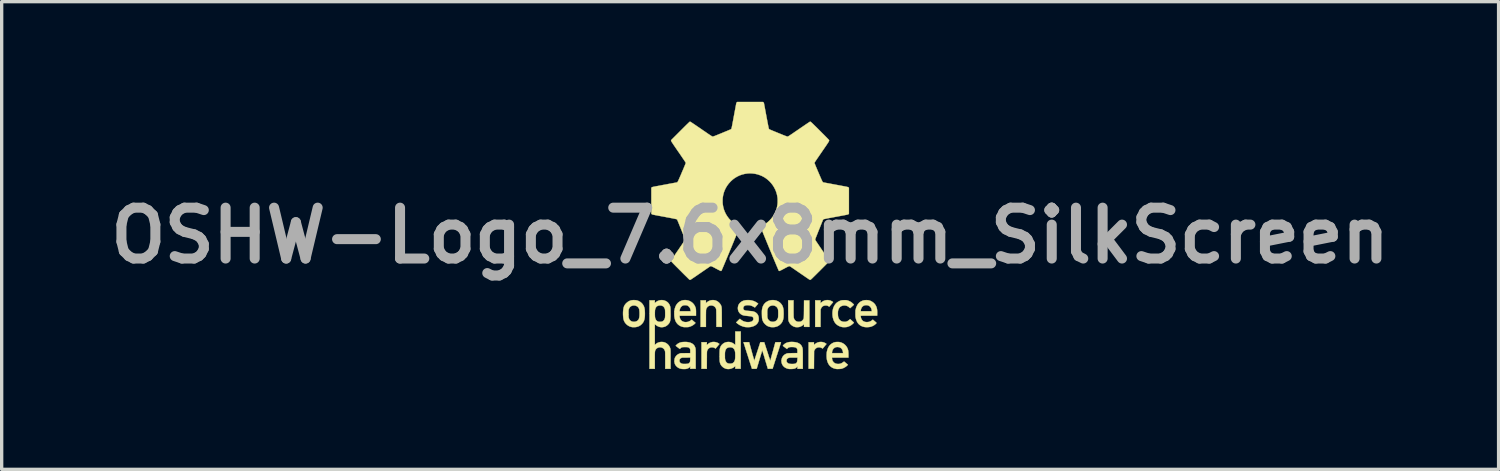
<source format=kicad_pcb>
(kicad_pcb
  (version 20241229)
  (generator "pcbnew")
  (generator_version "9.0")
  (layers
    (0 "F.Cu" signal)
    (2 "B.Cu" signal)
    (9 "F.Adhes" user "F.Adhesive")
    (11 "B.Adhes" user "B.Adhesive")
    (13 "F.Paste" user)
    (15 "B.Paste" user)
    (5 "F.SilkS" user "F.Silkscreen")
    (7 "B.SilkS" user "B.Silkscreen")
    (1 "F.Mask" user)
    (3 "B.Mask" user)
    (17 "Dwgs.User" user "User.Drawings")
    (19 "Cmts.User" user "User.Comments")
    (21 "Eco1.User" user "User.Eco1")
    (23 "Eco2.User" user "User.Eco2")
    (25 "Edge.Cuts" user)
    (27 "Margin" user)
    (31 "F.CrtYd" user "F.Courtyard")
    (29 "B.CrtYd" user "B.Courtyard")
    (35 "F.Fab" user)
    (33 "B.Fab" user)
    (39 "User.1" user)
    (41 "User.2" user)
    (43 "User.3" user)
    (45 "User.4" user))
  (footprint "OSHW-Logo_7.6x8mm_SilkScreen"
    (layer "F.Cu")
    (at 19.42 4.005)
    (property "Reference" "OSHW-Logo_7.6x8mm_SilkScreen" (at 0 0 0) (layer "F.Fab") (effects (font (size 1.524 1.524) (thickness 0.3))))
    (attr through_hole)
    (fp_poly (pts (xy 2.374 1.94) (xy 2.414 1.952) (xy 2.436 1.963) (xy 2.451 1.971) (xy 2.465 1.979) (xy 2.474 1.985) (xy 2.474 1.986) (xy 2.486 1.995) (xy 2.478 2.004) (xy 2.473 2.01) (xy 2.464 2.021) (xy 2.452 2.035) (xy 2.438 2.053) (xy 2.422 2.071) (xy 2.42 2.073) (xy 2.37 2.133) (xy 2.358 2.125) (xy 2.335 2.111) (xy 2.315 2.102) (xy 2.293 2.097) (xy 2.269 2.096) (xy 2.265 2.096) (xy 2.229 2.099) (xy 2.197 2.108) (xy 2.17 2.124) (xy 2.148 2.145) (xy 2.13 2.173) (xy 2.12 2.195) (xy 2.111 2.22) (xy 2.109 2.738) (xy 1.949 2.738) (xy 1.949 1.941) (xy 2.109 1.941) (xy 2.109 2.028) (xy 2.136 2.002) (xy 2.17 1.976) (xy 2.207 1.956) (xy 2.247 1.942) (xy 2.289 1.935) (xy 2.332 1.934) (xy 2.374 1.94)) (stroke (width 0.01) (type solid)) (fill yes) (layer "F.SilkS"))
    (fp_poly (pts (xy -1.031 3.194) (xy -0.99 3.207) (xy -0.969 3.216) (xy -0.955 3.225) (xy -0.941 3.233) (xy -0.932 3.239) (xy -0.932 3.239) (xy -0.92 3.249) (xy -0.978 3.318) (xy -1.036 3.387) (xy -1.048 3.378) (xy -1.071 3.364) (xy -1.092 3.356) (xy -1.114 3.351) (xy -1.139 3.349) (xy -1.139 3.349) (xy -1.164 3.35) (xy -1.184 3.353) (xy -1.202 3.359) (xy -1.221 3.369) (xy -1.226 3.372) (xy -1.25 3.39) (xy -1.269 3.414) (xy -1.284 3.443) (xy -1.286 3.449) (xy -1.288 3.454) (xy -1.289 3.459) (xy -1.29 3.465) (xy -1.292 3.472) (xy -1.292 3.48) (xy -1.293 3.491) (xy -1.294 3.505) (xy -1.294 3.523) (xy -1.295 3.545) (xy -1.295 3.572) (xy -1.295 3.604) (xy -1.295 3.642) (xy -1.296 3.687) (xy -1.296 3.733) (xy -1.297 3.992) (xy -1.457 3.992) (xy -1.457 3.195) (xy -1.297 3.195) (xy -1.297 3.282) (xy -1.27 3.256) (xy -1.236 3.23) (xy -1.199 3.21) (xy -1.158 3.196) (xy -1.116 3.188) (xy -1.074 3.188) (xy -1.031 3.194)) (stroke (width 0.01) (type solid)) (fill yes) (layer "F.SilkS"))
    (fp_poly (pts (xy 2.174 3.193) (xy 2.215 3.205) (xy 2.253 3.224) (xy 2.27 3.235) (xy 2.288 3.248) (xy 2.239 3.306) (xy 2.223 3.325) (xy 2.209 3.343) (xy 2.196 3.358) (xy 2.187 3.369) (xy 2.181 3.375) (xy 2.181 3.376) (xy 2.172 3.386) (xy 2.15 3.372) (xy 2.117 3.357) (xy 2.083 3.349) (xy 2.049 3.349) (xy 2.014 3.356) (xy 2.006 3.359) (xy 1.983 3.371) (xy 1.961 3.389) (xy 1.942 3.41) (xy 1.928 3.433) (xy 1.925 3.439) (xy 1.916 3.463) (xy 1.914 3.726) (xy 1.912 3.99) (xy 1.833 3.991) (xy 1.805 3.991) (xy 1.783 3.991) (xy 1.768 3.991) (xy 1.758 3.99) (xy 1.753 3.988) (xy 1.752 3.987) (xy 1.751 3.982) (xy 1.751 3.971) (xy 1.751 3.952) (xy 1.751 3.927) (xy 1.751 3.897) (xy 1.751 3.861) (xy 1.751 3.821) (xy 1.751 3.777) (xy 1.751 3.729) (xy 1.751 3.678) (xy 1.751 3.624) (xy 1.751 3.59) (xy 1.752 3.197) (xy 1.912 3.197) (xy 1.913 3.238) (xy 1.914 3.279) (xy 1.94 3.255) (xy 1.973 3.229) (xy 2.009 3.209) (xy 2.049 3.196) (xy 2.09 3.189) (xy 2.132 3.188) (xy 2.174 3.193)) (stroke (width 0.01) (type solid)) (fill yes) (layer "F.SilkS"))
    (fp_poly (pts (xy 1.301 2.184) (xy 1.301 2.235) (xy 1.301 2.281) (xy 1.301 2.323) (xy 1.302 2.361) (xy 1.302 2.392) (xy 1.303 2.418) (xy 1.304 2.438) (xy 1.304 2.45) (xy 1.305 2.453) (xy 1.313 2.485) (xy 1.328 2.515) (xy 1.348 2.541) (xy 1.372 2.561) (xy 1.397 2.574) (xy 1.42 2.581) (xy 1.447 2.584) (xy 1.476 2.583) (xy 1.502 2.58) (xy 1.52 2.575) (xy 1.547 2.56) (xy 1.571 2.539) (xy 1.591 2.512) (xy 1.606 2.481) (xy 1.607 2.479) (xy 1.608 2.473) (xy 1.608 2.461) (xy 1.609 2.443) (xy 1.61 2.418) (xy 1.611 2.387) (xy 1.612 2.348) (xy 1.612 2.303) (xy 1.613 2.25) (xy 1.613 2.205) (xy 1.615 1.943) (xy 1.775 1.943) (xy 1.776 2.341) (xy 1.777 2.738) (xy 1.615 2.736) (xy 1.614 2.696) (xy 1.613 2.656) (xy 1.587 2.679) (xy 1.559 2.701) (xy 1.526 2.72) (xy 1.492 2.734) (xy 1.471 2.74) (xy 1.447 2.743) (xy 1.42 2.745) (xy 1.391 2.745) (xy 1.365 2.743) (xy 1.346 2.74) (xy 1.305 2.726) (xy 1.266 2.705) (xy 1.231 2.678) (xy 1.2 2.647) (xy 1.176 2.611) (xy 1.17 2.599) (xy 1.165 2.59) (xy 1.161 2.581) (xy 1.157 2.572) (xy 1.154 2.564) (xy 1.151 2.555) (xy 1.149 2.545) (xy 1.147 2.532) (xy 1.146 2.518) (xy 1.145 2.5) (xy 1.144 2.479) (xy 1.143 2.453) (xy 1.143 2.423) (xy 1.142 2.387) (xy 1.142 2.345) (xy 1.142 2.297) (xy 1.141 2.242) (xy 1.141 2.233) (xy 1.14 1.941) (xy 1.301 1.941) (xy 1.301 2.184)) (stroke (width 0.01) (type solid)) (fill yes) (layer "F.SilkS"))
    (fp_poly (pts (xy -1.057 1.94) (xy -1.019 1.952) (xy -0.982 1.97) (xy -0.947 1.995) (xy -0.916 2.025) (xy -0.891 2.058) (xy -0.879 2.08) (xy -0.873 2.09) (xy -0.869 2.1) (xy -0.865 2.109) (xy -0.862 2.118) (xy -0.859 2.128) (xy -0.857 2.139) (xy -0.855 2.152) (xy -0.853 2.167) (xy -0.852 2.185) (xy -0.851 2.207) (xy -0.85 2.233) (xy -0.85 2.264) (xy -0.849 2.3) (xy -0.849 2.343) (xy -0.849 2.392) (xy -0.849 2.448) (xy -0.849 2.45) (xy -0.847 2.738) (xy -0.928 2.737) (xy -1.01 2.736) (xy -1.012 2.474) (xy -1.012 2.422) (xy -1.012 2.376) (xy -1.013 2.337) (xy -1.013 2.305) (xy -1.014 2.277) (xy -1.014 2.254) (xy -1.015 2.236) (xy -1.016 2.221) (xy -1.018 2.209) (xy -1.02 2.199) (xy -1.022 2.191) (xy -1.025 2.184) (xy -1.028 2.177) (xy -1.032 2.171) (xy -1.036 2.163) (xy -1.037 2.162) (xy -1.055 2.139) (xy -1.078 2.12) (xy -1.105 2.106) (xy -1.136 2.097) (xy -1.168 2.094) (xy -1.182 2.095) (xy -1.214 2.101) (xy -1.241 2.112) (xy -1.265 2.128) (xy -1.276 2.138) (xy -1.294 2.16) (xy -1.308 2.184) (xy -1.317 2.212) (xy -1.321 2.23) (xy -1.321 2.238) (xy -1.322 2.253) (xy -1.322 2.274) (xy -1.323 2.3) (xy -1.323 2.332) (xy -1.324 2.368) (xy -1.324 2.407) (xy -1.324 2.448) (xy -1.324 2.491) (xy -1.324 2.495) (xy -1.324 2.738) (xy -1.484 2.738) (xy -1.484 1.941) (xy -1.324 1.941) (xy -1.324 2.028) (xy -1.297 2.003) (xy -1.263 1.976) (xy -1.226 1.956) (xy -1.185 1.942) (xy -1.143 1.935) (xy -1.1 1.934) (xy -1.057 1.94)) (stroke (width 0.01) (type solid)) (fill yes) (layer "F.SilkS"))
    (fp_poly (pts (xy 2.849 1.936) (xy 2.868 1.936) (xy 2.882 1.937) (xy 2.895 1.939) (xy 2.906 1.942) (xy 2.919 1.945) (xy 2.923 1.946) (xy 2.973 1.966) (xy 3.021 1.991) (xy 3.027 1.995) (xy 3.038 2.004) (xy 3.052 2.015) (xy 3.066 2.027) (xy 3.08 2.04) (xy 3.093 2.052) (xy 3.102 2.062) (xy 3.108 2.069) (xy 3.109 2.072) (xy 3.106 2.075) (xy 3.098 2.084) (xy 3.086 2.095) (xy 3.071 2.109) (xy 3.053 2.125) (xy 3.052 2.126) (xy 2.996 2.176) (xy 2.97 2.153) (xy 2.937 2.127) (xy 2.901 2.109) (xy 2.863 2.098) (xy 2.824 2.094) (xy 2.784 2.098) (xy 2.758 2.105) (xy 2.724 2.119) (xy 2.695 2.139) (xy 2.672 2.165) (xy 2.653 2.198) (xy 2.639 2.236) (xy 2.634 2.257) (xy 2.631 2.277) (xy 2.63 2.303) (xy 2.629 2.331) (xy 2.63 2.36) (xy 2.631 2.389) (xy 2.633 2.415) (xy 2.637 2.436) (xy 2.638 2.443) (xy 2.653 2.482) (xy 2.672 2.514) (xy 2.696 2.541) (xy 2.725 2.561) (xy 2.759 2.575) (xy 2.776 2.58) (xy 2.818 2.585) (xy 2.858 2.584) (xy 2.895 2.574) (xy 2.93 2.557) (xy 2.963 2.533) (xy 2.968 2.528) (xy 2.995 2.504) (xy 3.052 2.555) (xy 3.07 2.571) (xy 3.085 2.585) (xy 3.097 2.597) (xy 3.106 2.605) (xy 3.109 2.609) (xy 3.109 2.609) (xy 3.106 2.614) (xy 3.099 2.622) (xy 3.089 2.632) (xy 3.083 2.639) (xy 3.044 2.672) (xy 3.002 2.7) (xy 2.957 2.721) (xy 2.911 2.737) (xy 2.897 2.74) (xy 2.879 2.742) (xy 2.856 2.744) (xy 2.831 2.745) (xy 2.805 2.745) (xy 2.782 2.744) (xy 2.767 2.743) (xy 2.724 2.734) (xy 2.682 2.719) (xy 2.641 2.699) (xy 2.604 2.675) (xy 2.573 2.648) (xy 2.56 2.635) (xy 2.531 2.595) (xy 2.507 2.55) (xy 2.489 2.5) (xy 2.475 2.447) (xy 2.468 2.391) (xy 2.466 2.332) (xy 2.468 2.283) (xy 2.475 2.236) (xy 2.484 2.194) (xy 2.497 2.155) (xy 2.513 2.119) (xy 2.538 2.076) (xy 2.566 2.04) (xy 2.599 2.009) (xy 2.637 1.983) (xy 2.658 1.972) (xy 2.685 1.959) (xy 2.71 1.95) (xy 2.733 1.943) (xy 2.758 1.939) (xy 2.786 1.937) (xy 2.819 1.936) (xy 2.824 1.936) (xy 2.849 1.936)) (stroke (width 0.01) (type solid)) (fill yes) (layer "F.SilkS"))
    (fp_poly (pts (xy -1.896 1.937) (xy -1.848 1.948) (xy -1.804 1.965) (xy -1.762 1.989) (xy -1.725 2.018) (xy -1.692 2.053) (xy -1.665 2.092) (xy -1.645 2.134) (xy -1.637 2.153) (xy -1.632 2.171) (xy -1.627 2.19) (xy -1.624 2.211) (xy -1.623 2.235) (xy -1.621 2.264) (xy -1.621 2.299) (xy -1.621 2.312) (xy -1.621 2.402) (xy -2.114 2.402) (xy -2.112 2.429) (xy -2.105 2.468) (xy -2.092 2.503) (xy -2.073 2.532) (xy -2.049 2.556) (xy -2.019 2.574) (xy -1.985 2.587) (xy -1.947 2.593) (xy -1.928 2.593) (xy -1.885 2.59) (xy -1.843 2.578) (xy -1.804 2.56) (xy -1.772 2.537) (xy -1.75 2.519) (xy -1.694 2.567) (xy -1.677 2.582) (xy -1.661 2.595) (xy -1.649 2.605) (xy -1.64 2.612) (xy -1.637 2.615) (xy -1.637 2.615) (xy -1.638 2.62) (xy -1.644 2.628) (xy -1.654 2.638) (xy -1.667 2.651) (xy -1.683 2.664) (xy -1.684 2.666) (xy -1.728 2.696) (xy -1.776 2.719) (xy -1.814 2.732) (xy -1.829 2.737) (xy -1.843 2.74) (xy -1.857 2.742) (xy -1.874 2.743) (xy -1.896 2.744) (xy -1.912 2.744) (xy -1.934 2.744) (xy -1.954 2.744) (xy -1.971 2.744) (xy -1.983 2.744) (xy -1.986 2.743) (xy -2.038 2.732) (xy -2.085 2.714) (xy -2.127 2.69) (xy -2.164 2.661) (xy -2.196 2.625) (xy -2.223 2.585) (xy -2.244 2.538) (xy -2.259 2.486) (xy -2.267 2.444) (xy -2.27 2.416) (xy -2.272 2.384) (xy -2.273 2.348) (xy -2.273 2.313) (xy -2.271 2.279) (xy -2.27 2.269) (xy -2.114 2.269) (xy -1.78 2.269) (xy -1.783 2.244) (xy -1.79 2.208) (xy -1.802 2.174) (xy -1.82 2.145) (xy -1.843 2.121) (xy -1.869 2.103) (xy -1.882 2.097) (xy -1.894 2.093) (xy -1.906 2.09) (xy -1.92 2.088) (xy -1.939 2.088) (xy -1.947 2.088) (xy -1.968 2.088) (xy -1.984 2.089) (xy -1.996 2.092) (xy -2.008 2.095) (xy -2.012 2.097) (xy -2.04 2.112) (xy -2.065 2.134) (xy -2.085 2.161) (xy -2.1 2.192) (xy -2.109 2.228) (xy -2.112 2.244) (xy -2.114 2.269) (xy -2.27 2.269) (xy -2.269 2.25) (xy -2.268 2.242) (xy -2.256 2.186) (xy -2.239 2.134) (xy -2.217 2.088) (xy -2.19 2.048) (xy -2.158 2.013) (xy -2.122 1.984) (xy -2.082 1.962) (xy -2.038 1.945) (xy -1.99 1.936) (xy -1.946 1.933) (xy -1.896 1.937)) (stroke (width 0.01) (type solid)) (fill yes) (layer "F.SilkS"))
    (fp_poly (pts (xy -0.282 3.432) (xy -0.283 3.99) (xy -0.443 3.99) (xy -0.444 3.952) (xy -0.446 3.914) (xy -0.472 3.935) (xy -0.511 3.962) (xy -0.553 3.981) (xy -0.596 3.994) (xy -0.642 4) (xy -0.687 3.998) (xy -0.711 3.994) (xy -0.749 3.982) (xy -0.786 3.963) (xy -0.82 3.939) (xy -0.849 3.911) (xy -0.855 3.904) (xy -0.873 3.88) (xy -0.886 3.857) (xy -0.896 3.833) (xy -0.904 3.806) (xy -0.91 3.774) (xy -0.911 3.771) (xy -0.912 3.757) (xy -0.914 3.736) (xy -0.915 3.71) (xy -0.915 3.68) (xy -0.916 3.646) (xy -0.916 3.611) (xy -0.916 3.593) (xy -0.755 3.593) (xy -0.755 3.627) (xy -0.755 3.653) (xy -0.754 3.674) (xy -0.752 3.691) (xy -0.751 3.705) (xy -0.749 3.714) (xy -0.738 3.751) (xy -0.723 3.78) (xy -0.705 3.804) (xy -0.682 3.821) (xy -0.654 3.832) (xy -0.621 3.837) (xy -0.592 3.838) (xy -0.573 3.836) (xy -0.555 3.833) (xy -0.54 3.83) (xy -0.537 3.829) (xy -0.517 3.819) (xy -0.498 3.803) (xy -0.481 3.784) (xy -0.468 3.762) (xy -0.465 3.755) (xy -0.458 3.736) (xy -0.453 3.715) (xy -0.45 3.693) (xy -0.447 3.666) (xy -0.446 3.635) (xy -0.445 3.597) (xy -0.445 3.595) (xy -0.446 3.554) (xy -0.447 3.519) (xy -0.45 3.49) (xy -0.455 3.465) (xy -0.461 3.443) (xy -0.468 3.424) (xy -0.469 3.423) (xy -0.483 3.4) (xy -0.501 3.38) (xy -0.522 3.365) (xy -0.538 3.357) (xy -0.563 3.351) (xy -0.591 3.348) (xy -0.62 3.349) (xy -0.637 3.351) (xy -0.669 3.36) (xy -0.694 3.374) (xy -0.715 3.393) (xy -0.731 3.418) (xy -0.732 3.422) (xy -0.739 3.439) (xy -0.745 3.455) (xy -0.749 3.472) (xy -0.752 3.492) (xy -0.754 3.516) (xy -0.755 3.544) (xy -0.755 3.578) (xy -0.755 3.593) (xy -0.916 3.593) (xy -0.916 3.575) (xy -0.916 3.54) (xy -0.915 3.507) (xy -0.914 3.476) (xy -0.913 3.45) (xy -0.912 3.429) (xy -0.911 3.416) (xy -0.902 3.373) (xy -0.888 3.335) (xy -0.87 3.302) (xy -0.846 3.272) (xy -0.816 3.245) (xy -0.814 3.243) (xy -0.778 3.219) (xy -0.738 3.201) (xy -0.695 3.191) (xy -0.649 3.188) (xy -0.637 3.188) (xy -0.595 3.193) (xy -0.555 3.205) (xy -0.517 3.224) (xy -0.479 3.249) (xy -0.466 3.26) (xy -0.445 3.278) (xy -0.445 2.875) (xy -0.281 2.875) (xy -0.282 3.432)) (stroke (width 0.01) (type solid)) (fill yes) (layer "F.SilkS"))
    (fp_poly (pts (xy 3.518 1.936) (xy 3.549 1.94) (xy 3.568 1.944) (xy 3.616 1.962) (xy 3.659 1.986) (xy 3.698 2.015) (xy 3.732 2.05) (xy 3.76 2.09) (xy 3.781 2.134) (xy 3.789 2.155) (xy 3.797 2.186) (xy 3.803 2.219) (xy 3.806 2.257) (xy 3.808 2.301) (xy 3.807 2.334) (xy 3.806 2.4) (xy 3.559 2.401) (xy 3.311 2.402) (xy 3.314 2.429) (xy 3.32 2.464) (xy 3.332 2.496) (xy 3.349 2.525) (xy 3.369 2.549) (xy 3.385 2.562) (xy 3.408 2.575) (xy 3.432 2.584) (xy 3.458 2.59) (xy 3.488 2.593) (xy 3.53 2.591) (xy 3.569 2.584) (xy 3.605 2.569) (xy 3.64 2.548) (xy 3.652 2.538) (xy 3.676 2.519) (xy 3.731 2.567) (xy 3.749 2.582) (xy 3.764 2.596) (xy 3.777 2.607) (xy 3.785 2.615) (xy 3.788 2.619) (xy 3.786 2.624) (xy 3.778 2.632) (xy 3.767 2.643) (xy 3.754 2.656) (xy 3.738 2.668) (xy 3.723 2.68) (xy 3.717 2.684) (xy 3.682 2.705) (xy 3.643 2.722) (xy 3.607 2.734) (xy 3.581 2.739) (xy 3.549 2.743) (xy 3.515 2.745) (xy 3.48 2.745) (xy 3.447 2.743) (xy 3.419 2.739) (xy 3.414 2.738) (xy 3.364 2.724) (xy 3.32 2.704) (xy 3.281 2.678) (xy 3.247 2.647) (xy 3.218 2.609) (xy 3.194 2.566) (xy 3.175 2.517) (xy 3.163 2.472) (xy 3.16 2.457) (xy 3.158 2.444) (xy 3.156 2.429) (xy 3.155 2.413) (xy 3.155 2.393) (xy 3.154 2.368) (xy 3.154 2.344) (xy 3.154 2.311) (xy 3.155 2.285) (xy 3.156 2.269) (xy 3.312 2.269) (xy 3.644 2.269) (xy 3.644 2.255) (xy 3.642 2.235) (xy 3.637 2.212) (xy 3.63 2.19) (xy 3.622 2.171) (xy 3.603 2.142) (xy 3.58 2.118) (xy 3.551 2.101) (xy 3.519 2.09) (xy 3.482 2.086) (xy 3.478 2.086) (xy 3.442 2.089) (xy 3.409 2.099) (xy 3.38 2.116) (xy 3.356 2.139) (xy 3.337 2.167) (xy 3.323 2.201) (xy 3.318 2.221) (xy 3.315 2.236) (xy 3.313 2.25) (xy 3.312 2.259) (xy 3.312 2.269) (xy 3.156 2.269) (xy 3.156 2.264) (xy 3.157 2.246) (xy 3.159 2.231) (xy 3.161 2.222) (xy 3.175 2.165) (xy 3.195 2.115) (xy 3.219 2.07) (xy 3.249 2.032) (xy 3.283 1.999) (xy 3.322 1.973) (xy 3.367 1.953) (xy 3.392 1.945) (xy 3.419 1.939) (xy 3.451 1.936) (xy 3.485 1.935) (xy 3.518 1.936)) (stroke (width 0.01) (type solid)) (fill yes) (layer "F.SilkS"))
    (fp_poly (pts (xy 2.645 3.189) (xy 2.675 3.192) (xy 2.699 3.196) (xy 2.701 3.197) (xy 2.748 3.213) (xy 2.791 3.235) (xy 2.831 3.264) (xy 2.865 3.298) (xy 2.894 3.336) (xy 2.917 3.379) (xy 2.921 3.39) (xy 2.929 3.412) (xy 2.935 3.434) (xy 2.939 3.457) (xy 2.942 3.484) (xy 2.944 3.514) (xy 2.945 3.55) (xy 2.945 3.572) (xy 2.945 3.656) (xy 2.453 3.656) (xy 2.453 3.675) (xy 2.455 3.696) (xy 2.46 3.721) (xy 2.468 3.745) (xy 2.473 3.757) (xy 2.484 3.774) (xy 2.498 3.791) (xy 2.516 3.808) (xy 2.533 3.821) (xy 2.544 3.827) (xy 2.576 3.839) (xy 2.612 3.846) (xy 2.65 3.847) (xy 2.685 3.843) (xy 2.693 3.841) (xy 2.719 3.833) (xy 2.745 3.821) (xy 2.77 3.806) (xy 2.791 3.791) (xy 2.793 3.79) (xy 2.804 3.78) (xy 2.811 3.776) (xy 2.815 3.775) (xy 2.819 3.778) (xy 2.824 3.782) (xy 2.834 3.79) (xy 2.848 3.802) (xy 2.864 3.815) (xy 2.878 3.827) (xy 2.93 3.872) (xy 2.911 3.891) (xy 2.874 3.924) (xy 2.832 3.951) (xy 2.786 3.974) (xy 2.744 3.988) (xy 2.725 3.992) (xy 2.701 3.995) (xy 2.674 3.997) (xy 2.646 3.998) (xy 2.618 3.999) (xy 2.594 3.998) (xy 2.576 3.996) (xy 2.524 3.984) (xy 2.477 3.967) (xy 2.436 3.943) (xy 2.4 3.914) (xy 2.368 3.879) (xy 2.342 3.838) (xy 2.321 3.791) (xy 2.305 3.738) (xy 2.298 3.705) (xy 2.295 3.681) (xy 2.293 3.652) (xy 2.291 3.619) (xy 2.291 3.585) (xy 2.292 3.551) (xy 2.294 3.523) (xy 2.453 3.523) (xy 2.786 3.523) (xy 2.783 3.503) (xy 2.775 3.461) (xy 2.762 3.426) (xy 2.744 3.396) (xy 2.721 3.373) (xy 2.693 3.356) (xy 2.662 3.345) (xy 2.625 3.34) (xy 2.608 3.34) (xy 2.588 3.342) (xy 2.573 3.344) (xy 2.559 3.348) (xy 2.546 3.354) (xy 2.527 3.365) (xy 2.509 3.378) (xy 2.502 3.384) (xy 2.483 3.408) (xy 2.468 3.437) (xy 2.458 3.468) (xy 2.453 3.499) (xy 2.453 3.505) (xy 2.453 3.523) (xy 2.294 3.523) (xy 2.294 3.52) (xy 2.297 3.493) (xy 2.298 3.487) (xy 2.311 3.431) (xy 2.329 3.38) (xy 2.352 3.334) (xy 2.38 3.294) (xy 2.414 3.26) (xy 2.452 3.232) (xy 2.494 3.21) (xy 2.529 3.198) (xy 2.553 3.193) (xy 2.582 3.19) (xy 2.614 3.189) (xy 2.645 3.189)) (stroke (width 0.01) (type solid)) (fill yes) (layer "F.SilkS"))
    (fp_poly (pts (xy -3.461 1.935) (xy -3.427 1.937) (xy -3.398 1.942) (xy -3.372 1.949) (xy -3.346 1.959) (xy -3.33 1.967) (xy -3.287 1.991) (xy -3.25 2.022) (xy -3.218 2.058) (xy -3.192 2.1) (xy -3.192 2.101) (xy -3.18 2.126) (xy -3.171 2.153) (xy -3.163 2.182) (xy -3.158 2.215) (xy -3.155 2.252) (xy -3.153 2.295) (xy -3.152 2.338) (xy -3.153 2.394) (xy -3.156 2.442) (xy -3.162 2.485) (xy -3.17 2.522) (xy -3.181 2.556) (xy -3.195 2.586) (xy -3.213 2.614) (xy -3.234 2.64) (xy -3.249 2.656) (xy -3.286 2.688) (xy -3.326 2.713) (xy -3.37 2.73) (xy -3.409 2.74) (xy -3.426 2.743) (xy -3.448 2.744) (xy -3.473 2.745) (xy -3.497 2.745) (xy -3.52 2.745) (xy -3.537 2.743) (xy -3.581 2.733) (xy -3.624 2.716) (xy -3.663 2.693) (xy -3.699 2.665) (xy -3.731 2.632) (xy -3.757 2.595) (xy -3.778 2.554) (xy -3.788 2.523) (xy -3.796 2.489) (xy -3.801 2.449) (xy -3.805 2.405) (xy -3.807 2.358) (xy -3.807 2.336) (xy -3.642 2.336) (xy -3.642 2.369) (xy -3.642 2.395) (xy -3.641 2.416) (xy -3.641 2.432) (xy -3.64 2.445) (xy -3.638 2.455) (xy -3.636 2.464) (xy -3.635 2.47) (xy -3.622 2.503) (xy -3.604 2.531) (xy -3.58 2.554) (xy -3.552 2.57) (xy -3.52 2.581) (xy -3.483 2.584) (xy -3.472 2.584) (xy -3.441 2.581) (xy -3.417 2.574) (xy -3.391 2.562) (xy -3.37 2.548) (xy -3.352 2.53) (xy -3.338 2.508) (xy -3.327 2.481) (xy -3.32 2.449) (xy -3.315 2.411) (xy -3.313 2.367) (xy -3.313 2.317) (xy -3.313 2.312) (xy -3.315 2.279) (xy -3.317 2.251) (xy -3.32 2.229) (xy -3.323 2.21) (xy -3.328 2.194) (xy -3.335 2.179) (xy -3.335 2.179) (xy -3.352 2.152) (xy -3.374 2.13) (xy -3.4 2.114) (xy -3.428 2.102) (xy -3.459 2.096) (xy -3.49 2.095) (xy -3.521 2.099) (xy -3.55 2.109) (xy -3.577 2.124) (xy -3.6 2.145) (xy -3.615 2.165) (xy -3.622 2.176) (xy -3.628 2.191) (xy -3.633 2.204) (xy -3.636 2.211) (xy -3.638 2.219) (xy -3.639 2.227) (xy -3.641 2.237) (xy -3.641 2.25) (xy -3.642 2.267) (xy -3.642 2.289) (xy -3.642 2.318) (xy -3.642 2.336) (xy -3.807 2.336) (xy -3.807 2.311) (xy -3.805 2.268) (xy -3.8 2.222) (xy -3.794 2.182) (xy -3.786 2.148) (xy -3.775 2.118) (xy -3.761 2.09) (xy -3.743 2.064) (xy -3.722 2.038) (xy -3.711 2.027) (xy -3.674 1.995) (xy -3.635 1.969) (xy -3.594 1.951) (xy -3.549 1.939) (xy -3.499 1.934) (xy -3.461 1.935)) (stroke (width 0.01) (type solid)) (fill yes) (layer "F.SilkS"))
    (fp_poly (pts (xy 0.741 1.939) (xy 0.787 1.95) (xy 0.83 1.968) (xy 0.87 1.992) (xy 0.884 2.002) (xy 0.903 2.019) (xy 0.923 2.04) (xy 0.942 2.063) (xy 0.957 2.086) (xy 0.964 2.098) (xy 0.975 2.122) (xy 0.985 2.151) (xy 0.993 2.183) (xy 0.999 2.215) (xy 0.999 2.22) (xy 1.001 2.239) (xy 1.002 2.263) (xy 1.003 2.292) (xy 1.004 2.323) (xy 1.004 2.355) (xy 1.003 2.387) (xy 1.002 2.415) (xy 1.001 2.439) (xy 1 2.457) (xy 0.992 2.505) (xy 0.979 2.548) (xy 0.962 2.586) (xy 0.94 2.62) (xy 0.911 2.652) (xy 0.899 2.664) (xy 0.864 2.693) (xy 0.827 2.714) (xy 0.787 2.73) (xy 0.747 2.74) (xy 0.724 2.743) (xy 0.696 2.745) (xy 0.667 2.745) (xy 0.639 2.744) (xy 0.614 2.741) (xy 0.605 2.74) (xy 0.562 2.728) (xy 0.523 2.712) (xy 0.487 2.689) (xy 0.453 2.66) (xy 0.445 2.652) (xy 0.417 2.621) (xy 0.396 2.59) (xy 0.379 2.556) (xy 0.367 2.519) (xy 0.361 2.494) (xy 0.358 2.479) (xy 0.356 2.458) (xy 0.355 2.432) (xy 0.354 2.403) (xy 0.353 2.371) (xy 0.352 2.339) (xy 0.352 2.338) (xy 0.514 2.338) (xy 0.514 2.373) (xy 0.514 2.402) (xy 0.515 2.425) (xy 0.517 2.444) (xy 0.519 2.46) (xy 0.522 2.473) (xy 0.527 2.485) (xy 0.532 2.497) (xy 0.534 2.501) (xy 0.552 2.529) (xy 0.575 2.552) (xy 0.603 2.569) (xy 0.635 2.58) (xy 0.668 2.585) (xy 0.704 2.583) (xy 0.716 2.581) (xy 0.749 2.571) (xy 0.778 2.554) (xy 0.802 2.531) (xy 0.819 2.504) (xy 0.826 2.492) (xy 0.831 2.479) (xy 0.835 2.467) (xy 0.837 2.453) (xy 0.839 2.435) (xy 0.841 2.415) (xy 0.841 2.389) (xy 0.842 2.357) (xy 0.842 2.338) (xy 0.842 2.303) (xy 0.841 2.275) (xy 0.84 2.252) (xy 0.839 2.233) (xy 0.836 2.218) (xy 0.833 2.205) (xy 0.828 2.192) (xy 0.822 2.18) (xy 0.82 2.174) (xy 0.802 2.149) (xy 0.78 2.128) (xy 0.752 2.111) (xy 0.722 2.1) (xy 0.689 2.095) (xy 0.656 2.096) (xy 0.651 2.097) (xy 0.615 2.106) (xy 0.585 2.121) (xy 0.56 2.141) (xy 0.541 2.167) (xy 0.525 2.2) (xy 0.521 2.213) (xy 0.519 2.221) (xy 0.517 2.23) (xy 0.516 2.241) (xy 0.515 2.255) (xy 0.514 2.273) (xy 0.514 2.296) (xy 0.514 2.326) (xy 0.514 2.338) (xy 0.352 2.338) (xy 0.352 2.307) (xy 0.352 2.278) (xy 0.353 2.252) (xy 0.355 2.231) (xy 0.355 2.226) (xy 0.365 2.173) (xy 0.38 2.125) (xy 0.401 2.082) (xy 0.428 2.044) (xy 0.461 2.01) (xy 0.472 2.002) (xy 0.511 1.976) (xy 0.553 1.956) (xy 0.599 1.942) (xy 0.646 1.935) (xy 0.693 1.934) (xy 0.741 1.939)) (stroke (width 0.01) (type solid)) (fill yes) (layer "F.SilkS"))
    (fp_poly (pts (xy -1.922 3.188) (xy -1.892 3.19) (xy -1.883 3.191) (xy -1.831 3.2) (xy -1.785 3.213) (xy -1.745 3.231) (xy -1.711 3.254) (xy -1.683 3.282) (xy -1.661 3.315) (xy -1.645 3.353) (xy -1.638 3.378) (xy -1.636 3.384) (xy -1.635 3.391) (xy -1.634 3.399) (xy -1.633 3.409) (xy -1.633 3.421) (xy -1.632 3.436) (xy -1.632 3.454) (xy -1.631 3.476) (xy -1.631 3.503) (xy -1.631 3.536) (xy -1.631 3.574) (xy -1.631 3.618) (xy -1.631 3.67) (xy -1.631 3.699) (xy -1.631 3.99) (xy -1.712 3.991) (xy -1.793 3.992) (xy -1.793 3.92) (xy -1.805 3.936) (xy -1.824 3.956) (xy -1.849 3.972) (xy -1.879 3.986) (xy -1.913 3.995) (xy -1.919 3.996) (xy -1.938 3.998) (xy -1.963 3.999) (xy -1.99 3.999) (xy -2.017 3.998) (xy -2.041 3.997) (xy -2.061 3.994) (xy -2.062 3.994) (xy -2.102 3.984) (xy -2.136 3.97) (xy -2.167 3.952) (xy -2.195 3.929) (xy -2.203 3.922) (xy -2.229 3.892) (xy -2.248 3.861) (xy -2.26 3.828) (xy -2.267 3.791) (xy -2.268 3.762) (xy -2.117 3.762) (xy -2.115 3.776) (xy -2.111 3.785) (xy -2.098 3.806) (xy -2.079 3.822) (xy -2.055 3.834) (xy -2.034 3.842) (xy -2.02 3.844) (xy -2 3.846) (xy -1.977 3.846) (xy -1.951 3.846) (xy -1.925 3.846) (xy -1.9 3.844) (xy -1.878 3.842) (xy -1.861 3.839) (xy -1.854 3.837) (xy -1.834 3.827) (xy -1.817 3.812) (xy -1.804 3.794) (xy -1.801 3.787) (xy -1.799 3.776) (xy -1.797 3.76) (xy -1.795 3.739) (xy -1.794 3.716) (xy -1.794 3.713) (xy -1.792 3.655) (xy -2.041 3.658) (xy -2.067 3.671) (xy -2.088 3.683) (xy -2.103 3.697) (xy -2.111 3.714) (xy -2.116 3.735) (xy -2.116 3.744) (xy -2.117 3.762) (xy -2.268 3.762) (xy -2.268 3.749) (xy -2.268 3.744) (xy -2.265 3.71) (xy -2.259 3.682) (xy -2.249 3.656) (xy -2.235 3.631) (xy -2.234 3.63) (xy -2.208 3.596) (xy -2.177 3.569) (xy -2.141 3.548) (xy -2.111 3.536) (xy -2.08 3.525) (xy -1.936 3.524) (xy -1.793 3.523) (xy -1.793 3.467) (xy -1.793 3.44) (xy -1.795 3.419) (xy -1.798 3.403) (xy -1.803 3.39) (xy -1.81 3.379) (xy -1.82 3.369) (xy -1.822 3.368) (xy -1.833 3.359) (xy -1.846 3.353) (xy -1.861 3.348) (xy -1.879 3.344) (xy -1.903 3.342) (xy -1.932 3.342) (xy -1.951 3.341) (xy -1.982 3.342) (xy -2.007 3.343) (xy -2.027 3.345) (xy -2.043 3.349) (xy -2.056 3.355) (xy -2.069 3.363) (xy -2.081 3.373) (xy -2.085 3.378) (xy -2.106 3.398) (xy -2.168 3.351) (xy -2.23 3.303) (xy -2.218 3.288) (xy -2.192 3.261) (xy -2.159 3.236) (xy -2.122 3.216) (xy -2.081 3.201) (xy -2.072 3.199) (xy -2.049 3.194) (xy -2.021 3.191) (xy -1.989 3.189) (xy -1.955 3.188) (xy -1.922 3.188)) (stroke (width 0.01) (type solid)) (fill yes) (layer "F.SilkS"))
    (fp_poly (pts (xy -0.025 1.935) (xy 0.035 1.943) (xy 0.091 1.957) (xy 0.144 1.978) (xy 0.193 2.005) (xy 0.231 2.033) (xy 0.242 2.042) (xy 0.193 2.099) (xy 0.178 2.117) (xy 0.164 2.132) (xy 0.153 2.145) (xy 0.146 2.153) (xy 0.142 2.156) (xy 0.142 2.156) (xy 0.138 2.154) (xy 0.129 2.149) (xy 0.116 2.142) (xy 0.108 2.137) (xy 0.063 2.113) (xy 0.018 2.097) (xy -0.028 2.088) (xy -0.072 2.086) (xy -0.109 2.088) (xy -0.14 2.094) (xy -0.165 2.105) (xy -0.184 2.12) (xy -0.197 2.14) (xy -0.204 2.162) (xy -0.206 2.177) (xy -0.206 2.187) (xy -0.203 2.197) (xy -0.2 2.204) (xy -0.194 2.216) (xy -0.186 2.225) (xy -0.175 2.233) (xy -0.161 2.24) (xy -0.144 2.246) (xy -0.121 2.25) (xy -0.092 2.254) (xy -0.057 2.257) (xy -0.026 2.26) (xy 0.012 2.263) (xy 0.044 2.266) (xy 0.07 2.269) (xy 0.092 2.274) (xy 0.111 2.279) (xy 0.128 2.286) (xy 0.145 2.293) (xy 0.15 2.296) (xy 0.182 2.317) (xy 0.21 2.344) (xy 0.231 2.375) (xy 0.247 2.412) (xy 0.256 2.453) (xy 0.259 2.494) (xy 0.258 2.525) (xy 0.255 2.552) (xy 0.247 2.576) (xy 0.236 2.602) (xy 0.235 2.603) (xy 0.214 2.636) (xy 0.187 2.665) (xy 0.153 2.69) (xy 0.114 2.711) (xy 0.07 2.727) (xy 0.022 2.739) (xy 0.014 2.74) (xy -0.012 2.743) (xy -0.044 2.745) (xy -0.077 2.745) (xy -0.109 2.744) (xy -0.138 2.742) (xy -0.154 2.74) (xy -0.211 2.726) (xy -0.267 2.705) (xy -0.321 2.678) (xy -0.37 2.645) (xy -0.398 2.622) (xy -0.419 2.604) (xy -0.365 2.55) (xy -0.348 2.533) (xy -0.333 2.519) (xy -0.32 2.507) (xy -0.311 2.499) (xy -0.307 2.496) (xy -0.306 2.496) (xy -0.301 2.498) (xy -0.294 2.505) (xy -0.291 2.508) (xy -0.277 2.52) (xy -0.257 2.534) (xy -0.235 2.548) (xy -0.213 2.561) (xy -0.195 2.569) (xy -0.159 2.582) (xy -0.121 2.59) (xy -0.079 2.593) (xy -0.06 2.594) (xy -0.018 2.591) (xy 0.018 2.585) (xy 0.047 2.574) (xy 0.07 2.559) (xy 0.084 2.543) (xy 0.091 2.532) (xy 0.095 2.521) (xy 0.097 2.506) (xy 0.097 2.5) (xy 0.096 2.477) (xy 0.091 2.459) (xy 0.081 2.445) (xy 0.069 2.436) (xy 0.06 2.431) (xy 0.052 2.427) (xy 0.042 2.424) (xy 0.029 2.421) (xy 0.014 2.419) (xy -0.007 2.416) (xy -0.032 2.414) (xy -0.064 2.411) (xy -0.071 2.41) (xy -0.1 2.407) (xy -0.127 2.404) (xy -0.152 2.401) (xy -0.173 2.398) (xy -0.189 2.395) (xy -0.194 2.394) (xy -0.236 2.38) (xy -0.272 2.36) (xy -0.303 2.335) (xy -0.328 2.305) (xy -0.348 2.272) (xy -0.361 2.234) (xy -0.367 2.194) (xy -0.366 2.151) (xy -0.361 2.123) (xy -0.352 2.089) (xy -0.337 2.06) (xy -0.316 2.031) (xy -0.301 2.015) (xy -0.271 1.989) (xy -0.238 1.969) (xy -0.202 1.953) (xy -0.16 1.942) (xy -0.114 1.936) (xy -0.088 1.935) (xy -0.025 1.935)) (stroke (width 0.01) (type solid)) (fill yes) (layer "F.SilkS"))
    (fp_poly (pts (xy 1.312 3.19) (xy 1.365 3.197) (xy 1.413 3.209) (xy 1.455 3.227) (xy 1.49 3.249) (xy 1.52 3.276) (xy 1.543 3.308) (xy 1.56 3.344) (xy 1.572 3.386) (xy 1.572 3.388) (xy 1.573 3.396) (xy 1.574 3.406) (xy 1.575 3.417) (xy 1.576 3.431) (xy 1.576 3.449) (xy 1.577 3.47) (xy 1.577 3.496) (xy 1.578 3.527) (xy 1.578 3.563) (xy 1.578 3.606) (xy 1.578 3.655) (xy 1.578 3.707) (xy 1.578 3.992) (xy 1.418 3.992) (xy 1.418 3.92) (xy 1.4 3.94) (xy 1.382 3.958) (xy 1.363 3.972) (xy 1.341 3.983) (xy 1.315 3.99) (xy 1.284 3.995) (xy 1.247 3.997) (xy 1.234 3.998) (xy 1.211 3.998) (xy 1.189 3.998) (xy 1.171 3.997) (xy 1.157 3.996) (xy 1.153 3.995) (xy 1.108 3.984) (xy 1.067 3.967) (xy 1.031 3.945) (xy 1 3.918) (xy 0.975 3.886) (xy 0.956 3.851) (xy 0.944 3.812) (xy 0.943 3.81) (xy 0.938 3.768) (xy 0.939 3.746) (xy 1.09 3.746) (xy 1.093 3.773) (xy 1.103 3.796) (xy 1.12 3.815) (xy 1.143 3.83) (xy 1.172 3.841) (xy 1.174 3.841) (xy 1.189 3.844) (xy 1.21 3.845) (xy 1.235 3.847) (xy 1.261 3.847) (xy 1.287 3.847) (xy 1.309 3.845) (xy 1.328 3.843) (xy 1.33 3.843) (xy 1.354 3.837) (xy 1.373 3.828) (xy 1.388 3.816) (xy 1.4 3.8) (xy 1.408 3.778) (xy 1.413 3.751) (xy 1.416 3.717) (xy 1.417 3.708) (xy 1.419 3.656) (xy 1.302 3.656) (xy 1.268 3.656) (xy 1.241 3.656) (xy 1.219 3.656) (xy 1.202 3.657) (xy 1.19 3.658) (xy 1.179 3.659) (xy 1.171 3.661) (xy 1.163 3.663) (xy 1.158 3.664) (xy 1.132 3.675) (xy 1.112 3.691) (xy 1.098 3.711) (xy 1.091 3.734) (xy 1.09 3.746) (xy 0.939 3.746) (xy 0.94 3.727) (xy 0.948 3.687) (xy 0.963 3.65) (xy 0.983 3.617) (xy 1.009 3.587) (xy 1.04 3.563) (xy 1.057 3.554) (xy 1.07 3.547) (xy 1.082 3.541) (xy 1.093 3.537) (xy 1.104 3.533) (xy 1.117 3.53) (xy 1.131 3.528) (xy 1.149 3.527) (xy 1.171 3.525) (xy 1.198 3.525) (xy 1.23 3.524) (xy 1.27 3.523) (xy 1.271 3.523) (xy 1.416 3.521) (xy 1.416 3.466) (xy 1.416 3.444) (xy 1.415 3.428) (xy 1.414 3.417) (xy 1.412 3.408) (xy 1.41 3.4) (xy 1.406 3.392) (xy 1.395 3.375) (xy 1.379 3.362) (xy 1.357 3.352) (xy 1.33 3.345) (xy 1.297 3.341) (xy 1.257 3.34) (xy 1.257 3.34) (xy 1.222 3.34) (xy 1.193 3.343) (xy 1.17 3.348) (xy 1.15 3.356) (xy 1.133 3.367) (xy 1.119 3.381) (xy 1.103 3.398) (xy 1.042 3.352) (xy 1.023 3.338) (xy 1.006 3.325) (xy 0.993 3.314) (xy 0.984 3.306) (xy 0.981 3.302) (xy 0.981 3.302) (xy 0.983 3.296) (xy 0.991 3.287) (xy 1.002 3.275) (xy 1.016 3.262) (xy 1.03 3.25) (xy 1.044 3.239) (xy 1.057 3.23) (xy 1.059 3.229) (xy 1.092 3.213) (xy 1.129 3.201) (xy 1.17 3.192) (xy 1.216 3.188) (xy 1.253 3.187) (xy 1.312 3.19)) (stroke (width 0.01) (type solid)) (fill yes) (layer "F.SilkS"))
    (fp_poly (pts (xy 0.047 3.472) (xy 0.059 3.517) (xy 0.071 3.56) (xy 0.082 3.599) (xy 0.092 3.635) (xy 0.102 3.668) (xy 0.109 3.695) (xy 0.116 3.717) (xy 0.121 3.734) (xy 0.124 3.744) (xy 0.126 3.747) (xy 0.127 3.743) (xy 0.131 3.732) (xy 0.136 3.715) (xy 0.143 3.693) (xy 0.152 3.667) (xy 0.162 3.637) (xy 0.173 3.603) (xy 0.185 3.567) (xy 0.197 3.529) (xy 0.21 3.49) (xy 0.223 3.451) (xy 0.235 3.413) (xy 0.248 3.375) (xy 0.259 3.339) (xy 0.27 3.306) (xy 0.28 3.276) (xy 0.288 3.25) (xy 0.295 3.229) (xy 0.3 3.213) (xy 0.303 3.204) (xy 0.304 3.2) (xy 0.306 3.198) (xy 0.31 3.196) (xy 0.318 3.196) (xy 0.33 3.195) (xy 0.349 3.196) (xy 0.364 3.196) (xy 0.423 3.197) (xy 0.475 3.359) (xy 0.496 3.422) (xy 0.514 3.478) (xy 0.53 3.527) (xy 0.544 3.57) (xy 0.556 3.608) (xy 0.566 3.639) (xy 0.575 3.666) (xy 0.582 3.688) (xy 0.589 3.706) (xy 0.593 3.72) (xy 0.597 3.731) (xy 0.6 3.738) (xy 0.602 3.743) (xy 0.604 3.745) (xy 0.604 3.746) (xy 0.605 3.746) (xy 0.606 3.741) (xy 0.61 3.73) (xy 0.615 3.712) (xy 0.621 3.688) (xy 0.629 3.659) (xy 0.638 3.626) (xy 0.648 3.589) (xy 0.659 3.549) (xy 0.671 3.506) (xy 0.682 3.468) (xy 0.756 3.197) (xy 0.841 3.196) (xy 0.866 3.196) (xy 0.888 3.196) (xy 0.906 3.196) (xy 0.918 3.197) (xy 0.925 3.198) (xy 0.926 3.198) (xy 0.924 3.202) (xy 0.921 3.213) (xy 0.916 3.23) (xy 0.908 3.254) (xy 0.899 3.283) (xy 0.888 3.317) (xy 0.876 3.355) (xy 0.863 3.398) (xy 0.848 3.444) (xy 0.832 3.493) (xy 0.816 3.544) (xy 0.799 3.595) (xy 0.673 3.99) (xy 0.602 3.991) (xy 0.532 3.992) (xy 0.522 3.962) (xy 0.52 3.953) (xy 0.515 3.937) (xy 0.508 3.915) (xy 0.5 3.888) (xy 0.491 3.856) (xy 0.48 3.821) (xy 0.468 3.782) (xy 0.456 3.741) (xy 0.443 3.698) (xy 0.439 3.684) (xy 0.427 3.642) (xy 0.415 3.602) (xy 0.403 3.565) (xy 0.393 3.532) (xy 0.384 3.503) (xy 0.376 3.479) (xy 0.37 3.46) (xy 0.366 3.447) (xy 0.363 3.441) (xy 0.363 3.44) (xy 0.361 3.444) (xy 0.358 3.455) (xy 0.352 3.473) (xy 0.345 3.496) (xy 0.337 3.524) (xy 0.327 3.556) (xy 0.316 3.593) (xy 0.304 3.632) (xy 0.291 3.675) (xy 0.281 3.709) (xy 0.268 3.753) (xy 0.255 3.795) (xy 0.244 3.834) (xy 0.233 3.87) (xy 0.223 3.903) (xy 0.215 3.93) (xy 0.208 3.953) (xy 0.203 3.97) (xy 0.2 3.98) (xy 0.199 3.983) (xy 0.197 3.986) (xy 0.195 3.988) (xy 0.191 3.99) (xy 0.184 3.991) (xy 0.172 3.992) (xy 0.155 3.992) (xy 0.132 3.992) (xy 0.125 3.992) (xy 0.055 3.992) (xy 0.047 3.967) (xy 0.045 3.96) (xy 0.041 3.946) (xy 0.034 3.926) (xy 0.026 3.9) (xy 0.016 3.868) (xy 0.004 3.832) (xy -0.009 3.792) (xy -0.023 3.748) (xy -0.038 3.701) (xy -0.054 3.651) (xy -0.07 3.6) (xy -0.078 3.574) (xy -0.095 3.523) (xy -0.111 3.473) (xy -0.126 3.426) (xy -0.14 3.382) (xy -0.153 3.341) (xy -0.164 3.305) (xy -0.175 3.273) (xy -0.183 3.246) (xy -0.19 3.225) (xy -0.195 3.21) (xy -0.197 3.202) (xy -0.198 3.2) (xy -0.198 3.199) (xy -0.194 3.197) (xy -0.187 3.196) (xy -0.175 3.196) (xy -0.158 3.195) (xy -0.135 3.195) (xy -0.114 3.195) (xy -0.029 3.195) (xy 0.047 3.472)) (stroke (width 0.01) (type solid)) (fill yes) (layer "F.SilkS"))
    (fp_poly (pts (xy -2.598 1.939) (xy -2.556 1.95) (xy -2.517 1.968) (xy -2.48 1.992) (xy -2.473 1.998) (xy -2.444 2.028) (xy -2.42 2.063) (xy -2.402 2.103) (xy -2.393 2.134) (xy -2.391 2.145) (xy -2.389 2.156) (xy -2.388 2.168) (xy -2.387 2.183) (xy -2.386 2.201) (xy -2.385 2.223) (xy -2.385 2.25) (xy -2.384 2.284) (xy -2.384 2.31) (xy -2.383 2.366) (xy -2.383 2.414) (xy -2.385 2.456) (xy -2.387 2.493) (xy -2.39 2.524) (xy -2.395 2.552) (xy -2.401 2.576) (xy -2.409 2.597) (xy -2.419 2.616) (xy -2.431 2.634) (xy -2.445 2.651) (xy -2.461 2.668) (xy -2.463 2.67) (xy -2.496 2.699) (xy -2.532 2.721) (xy -2.572 2.736) (xy -2.615 2.744) (xy -2.65 2.746) (xy -2.69 2.743) (xy -2.728 2.734) (xy -2.766 2.718) (xy -2.804 2.695) (xy -2.841 2.667) (xy -2.855 2.655) (xy -2.855 3.278) (xy -2.831 3.256) (xy -2.798 3.23) (xy -2.762 3.21) (xy -2.723 3.197) (xy -2.679 3.189) (xy -2.663 3.188) (xy -2.623 3.189) (xy -2.586 3.194) (xy -2.552 3.205) (xy -2.539 3.211) (xy -2.498 3.234) (xy -2.463 3.263) (xy -2.434 3.296) (xy -2.411 3.334) (xy -2.394 3.376) (xy -2.39 3.391) (xy -2.389 3.398) (xy -2.388 3.404) (xy -2.387 3.412) (xy -2.386 3.42) (xy -2.385 3.431) (xy -2.384 3.444) (xy -2.384 3.46) (xy -2.383 3.48) (xy -2.383 3.505) (xy -2.383 3.534) (xy -2.383 3.568) (xy -2.383 3.609) (xy -2.383 3.656) (xy -2.383 3.708) (xy -2.383 3.992) (xy -2.543 3.992) (xy -2.543 3.744) (xy -2.543 3.692) (xy -2.543 3.644) (xy -2.543 3.601) (xy -2.544 3.564) (xy -2.544 3.532) (xy -2.545 3.507) (xy -2.546 3.489) (xy -2.546 3.478) (xy -2.547 3.476) (xy -2.557 3.441) (xy -2.573 3.411) (xy -2.594 3.387) (xy -2.621 3.368) (xy -2.652 3.355) (xy -2.671 3.35) (xy -2.705 3.348) (xy -2.738 3.353) (xy -2.768 3.363) (xy -2.795 3.379) (xy -2.818 3.401) (xy -2.835 3.427) (xy -2.837 3.43) (xy -2.84 3.438) (xy -2.843 3.445) (xy -2.846 3.453) (xy -2.848 3.462) (xy -2.85 3.473) (xy -2.851 3.486) (xy -2.853 3.501) (xy -2.854 3.52) (xy -2.854 3.544) (xy -2.855 3.571) (xy -2.855 3.605) (xy -2.855 3.644) (xy -2.855 3.69) (xy -2.855 3.742) (xy -2.855 3.992) (xy -3.015 3.992) (xy -3.015 2.342) (xy -2.854 2.342) (xy -2.853 2.373) (xy -2.852 2.402) (xy -2.851 2.428) (xy -2.849 2.449) (xy -2.846 2.463) (xy -2.835 2.499) (xy -2.82 2.528) (xy -2.802 2.55) (xy -2.779 2.567) (xy -2.752 2.579) (xy -2.743 2.582) (xy -2.726 2.584) (xy -2.704 2.585) (xy -2.68 2.583) (xy -2.657 2.581) (xy -2.638 2.576) (xy -2.632 2.574) (xy -2.606 2.56) (xy -2.585 2.54) (xy -2.567 2.513) (xy -2.554 2.48) (xy -2.552 2.47) (xy -2.549 2.46) (xy -2.548 2.448) (xy -2.547 2.434) (xy -2.546 2.416) (xy -2.545 2.394) (xy -2.545 2.365) (xy -2.545 2.342) (xy -2.545 2.303) (xy -2.546 2.271) (xy -2.547 2.246) (xy -2.548 2.229) (xy -2.549 2.22) (xy -2.56 2.184) (xy -2.575 2.155) (xy -2.593 2.132) (xy -2.615 2.115) (xy -2.642 2.103) (xy -2.666 2.097) (xy -2.699 2.094) (xy -2.732 2.097) (xy -2.762 2.105) (xy -2.788 2.118) (xy -2.8 2.127) (xy -2.815 2.144) (xy -2.828 2.166) (xy -2.839 2.194) (xy -2.846 2.217) (xy -2.849 2.232) (xy -2.851 2.254) (xy -2.852 2.281) (xy -2.853 2.311) (xy -2.854 2.342) (xy -3.015 2.342) (xy -3.015 1.941) (xy -2.855 1.941) (xy -2.855 2.025) (xy -2.839 2.009) (xy -2.804 1.981) (xy -2.766 1.959) (xy -2.725 1.944) (xy -2.683 1.936) (xy -2.64 1.934) (xy -2.598 1.939)) (stroke (width 0.01) (type solid)) (fill yes) (layer "F.SilkS"))
    (fp_poly (pts (xy 0.398 -3.99) (xy 0.406 -3.982) (xy 0.411 -3.974) (xy 0.412 -3.973) (xy 0.413 -3.968) (xy 0.415 -3.957) (xy 0.419 -3.938) (xy 0.423 -3.913) (xy 0.429 -3.883) (xy 0.436 -3.848) (xy 0.443 -3.809) (xy 0.451 -3.765) (xy 0.46 -3.718) (xy 0.469 -3.668) (xy 0.479 -3.616) (xy 0.484 -3.588) (xy 0.496 -3.522) (xy 0.508 -3.463) (xy 0.517 -3.411) (xy 0.526 -3.365) (xy 0.534 -3.326) (xy 0.54 -3.293) (xy 0.546 -3.265) (xy 0.551 -3.242) (xy 0.554 -3.225) (xy 0.558 -3.212) (xy 0.56 -3.203) (xy 0.562 -3.198) (xy 0.562 -3.197) (xy 0.571 -3.187) (xy 0.584 -3.178) (xy 0.587 -3.176) (xy 0.593 -3.173) (xy 0.606 -3.168) (xy 0.625 -3.16) (xy 0.649 -3.15) (xy 0.678 -3.138) (xy 0.711 -3.124) (xy 0.748 -3.109) (xy 0.787 -3.093) (xy 0.828 -3.076) (xy 0.853 -3.066) (xy 0.902 -3.046) (xy 0.944 -3.029) (xy 0.98 -3.014) (xy 1.011 -3.002) (xy 1.036 -2.992) (xy 1.057 -2.984) (xy 1.074 -2.978) (xy 1.087 -2.973) (xy 1.098 -2.969) (xy 1.106 -2.967) (xy 1.112 -2.966) (xy 1.117 -2.965) (xy 1.122 -2.965) (xy 1.123 -2.965) (xy 1.126 -2.966) (xy 1.13 -2.967) (xy 1.135 -2.968) (xy 1.141 -2.971) (xy 1.148 -2.975) (xy 1.157 -2.98) (xy 1.169 -2.988) (xy 1.184 -2.997) (xy 1.201 -3.008) (xy 1.222 -3.023) (xy 1.247 -3.039) (xy 1.277 -3.059) (xy 1.311 -3.083) (xy 1.35 -3.11) (xy 1.395 -3.14) (xy 1.446 -3.175) (xy 1.46 -3.185) (xy 1.505 -3.216) (xy 1.548 -3.245) (xy 1.589 -3.273) (xy 1.628 -3.299) (xy 1.663 -3.324) (xy 1.695 -3.345) (xy 1.723 -3.364) (xy 1.747 -3.38) (xy 1.766 -3.392) (xy 1.779 -3.401) (xy 1.787 -3.406) (xy 1.788 -3.407) (xy 1.8 -3.409) (xy 1.811 -3.408) (xy 1.815 -3.406) (xy 1.822 -3.399) (xy 1.834 -3.389) (xy 1.85 -3.374) (xy 1.87 -3.355) (xy 1.894 -3.332) (xy 1.923 -3.303) (xy 1.957 -3.27) (xy 1.996 -3.232) (xy 2.04 -3.188) (xy 2.087 -3.141) (xy 2.125 -3.103) (xy 2.161 -3.066) (xy 2.196 -3.032) (xy 2.229 -2.999) (xy 2.258 -2.969) (xy 2.285 -2.942) (xy 2.308 -2.918) (xy 2.328 -2.898) (xy 2.343 -2.882) (xy 2.354 -2.871) (xy 2.359 -2.865) (xy 2.36 -2.864) (xy 2.362 -2.86) (xy 2.365 -2.856) (xy 2.366 -2.852) (xy 2.367 -2.847) (xy 2.366 -2.842) (xy 2.364 -2.835) (xy 2.361 -2.826) (xy 2.355 -2.816) (xy 2.348 -2.802) (xy 2.338 -2.786) (xy 2.325 -2.767) (xy 2.31 -2.744) (xy 2.292 -2.716) (xy 2.27 -2.684) (xy 2.245 -2.648) (xy 2.216 -2.605) (xy 2.183 -2.558) (xy 2.154 -2.515) (xy 2.124 -2.471) (xy 2.095 -2.429) (xy 2.067 -2.388) (xy 2.041 -2.35) (xy 2.017 -2.316) (xy 1.996 -2.284) (xy 1.977 -2.257) (xy 1.962 -2.234) (xy 1.95 -2.216) (xy 1.941 -2.203) (xy 1.937 -2.196) (xy 1.936 -2.195) (xy 1.932 -2.183) (xy 1.93 -2.171) (xy 1.93 -2.17) (xy 1.931 -2.164) (xy 1.935 -2.152) (xy 1.943 -2.134) (xy 1.952 -2.11) (xy 1.964 -2.081) (xy 1.978 -2.047) (xy 1.994 -2.01) (xy 2.011 -1.968) (xy 2.03 -1.924) (xy 2.046 -1.887) (xy 2.068 -1.835) (xy 2.088 -1.789) (xy 2.105 -1.75) (xy 2.12 -1.716) (xy 2.132 -1.687) (xy 2.143 -1.664) (xy 2.152 -1.645) (xy 2.16 -1.629) (xy 2.166 -1.617) (xy 2.172 -1.608) (xy 2.176 -1.602) (xy 2.181 -1.597) (xy 2.185 -1.594) (xy 2.189 -1.593) (xy 2.191 -1.592) (xy 2.196 -1.591) (xy 2.207 -1.589) (xy 2.226 -1.585) (xy 2.25 -1.58) (xy 2.28 -1.575) (xy 2.315 -1.568) (xy 2.355 -1.561) (xy 2.398 -1.553) (xy 2.445 -1.544) (xy 2.495 -1.535) (xy 2.546 -1.525) (xy 2.566 -1.521) (xy 2.628 -1.51) (xy 2.682 -1.5) (xy 2.729 -1.491) (xy 2.771 -1.483) (xy 2.806 -1.477) (xy 2.836 -1.471) (xy 2.861 -1.466) (xy 2.882 -1.462) (xy 2.899 -1.458) (xy 2.912 -1.455) (xy 2.922 -1.453) (xy 2.93 -1.45) (xy 2.936 -1.448) (xy 2.94 -1.446) (xy 2.943 -1.445) (xy 2.945 -1.443) (xy 2.947 -1.441) (xy 2.959 -1.429) (xy 2.959 -0.652) (xy 2.947 -0.641) (xy 2.945 -0.639) (xy 2.943 -0.637) (xy 2.939 -0.635) (xy 2.935 -0.633) (xy 2.929 -0.631) (xy 2.92 -0.629) (xy 2.909 -0.626) (xy 2.895 -0.623) (xy 2.877 -0.619) (xy 2.856 -0.615) (xy 2.829 -0.61) (xy 2.798 -0.604) (xy 2.761 -0.597) (xy 2.718 -0.589) (xy 2.668 -0.58) (xy 2.612 -0.569) (xy 2.576 -0.563) (xy 2.519 -0.552) (xy 2.465 -0.542) (xy 2.415 -0.532) (xy 2.369 -0.524) (xy 2.328 -0.516) (xy 2.292 -0.509) (xy 2.261 -0.502) (xy 2.237 -0.497) (xy 2.218 -0.493) (xy 2.207 -0.491) (xy 2.203 -0.489) (xy 2.193 -0.482) (xy 2.185 -0.475) (xy 2.185 -0.474) (xy 2.182 -0.469) (xy 2.177 -0.457) (xy 2.17 -0.44) (xy 2.161 -0.417) (xy 2.149 -0.39) (xy 2.137 -0.359) (xy 2.123 -0.324) (xy 2.108 -0.288) (xy 2.093 -0.249) (xy 2.077 -0.209) (xy 2.06 -0.169) (xy 2.044 -0.129) (xy 2.029 -0.09) (xy 2.014 -0.053) (xy 2 -0.017) (xy 1.987 0.015) (xy 1.976 0.044) (xy 1.966 0.068) (xy 1.959 0.087) (xy 1.954 0.101) (xy 1.951 0.108) (xy 1.951 0.109) (xy 1.951 0.12) (xy 1.953 0.133) (xy 1.954 0.135) (xy 1.957 0.141) (xy 1.964 0.152) (xy 1.975 0.169) (xy 1.989 0.191) (xy 2.007 0.217) (xy 2.027 0.247) (xy 2.05 0.281) (xy 2.075 0.318) (xy 2.102 0.358) (xy 2.13 0.399) (xy 2.16 0.443) (xy 2.163 0.447) (xy 2.198 0.498) (xy 2.229 0.542) (xy 2.255 0.581) (xy 2.278 0.615) (xy 2.298 0.644) (xy 2.315 0.669) (xy 2.328 0.69) (xy 2.34 0.707) (xy 2.348 0.72) (xy 2.355 0.732) (xy 2.36 0.74) (xy 2.363 0.747) (xy 2.366 0.752) (xy 2.367 0.756) (xy 2.367 0.759) (xy 2.367 0.759) (xy 2.367 0.762) (xy 2.366 0.765) (xy 2.365 0.768) (xy 2.363 0.772) (xy 2.36 0.777) (xy 2.355 0.783) (xy 2.348 0.791) (xy 2.339 0.801) (xy 2.327 0.814) (xy 2.312 0.829) (xy 2.294 0.848) (xy 2.272 0.869) (xy 2.247 0.895) (xy 2.217 0.925) (xy 2.183 0.959) (xy 2.144 0.998) (xy 2.1 1.042) (xy 2.093 1.05) (xy 2.046 1.096) (xy 2.005 1.137) (xy 1.969 1.173) (xy 1.937 1.204) (xy 1.91 1.231) (xy 1.886 1.254) (xy 1.867 1.274) (xy 1.85 1.289) (xy 1.837 1.302) (xy 1.826 1.311) (xy 1.818 1.318) (xy 1.812 1.323) (xy 1.808 1.326) (xy 1.805 1.327) (xy 1.795 1.327) (xy 1.785 1.324) (xy 1.774 1.317) (xy 1.768 1.314) (xy 1.756 1.306) (xy 1.739 1.294) (xy 1.717 1.279) (xy 1.69 1.261) (xy 1.659 1.24) (xy 1.625 1.216) (xy 1.588 1.191) (xy 1.549 1.164) (xy 1.508 1.136) (xy 1.473 1.112) (xy 1.189 0.917) (xy 1.17 0.919) (xy 1.164 0.92) (xy 1.156 0.922) (xy 1.146 0.926) (xy 1.133 0.932) (xy 1.116 0.94) (xy 1.095 0.951) (xy 1.069 0.964) (xy 1.037 0.981) (xy 1.018 0.992) (xy 0.988 1.007) (xy 0.961 1.022) (xy 0.935 1.035) (xy 0.914 1.046) (xy 0.896 1.054) (xy 0.884 1.06) (xy 0.877 1.062) (xy 0.877 1.062) (xy 0.867 1.06) (xy 0.86 1.056) (xy 0.857 1.051) (xy 0.852 1.04) (xy 0.844 1.023) (xy 0.834 0.999) (xy 0.822 0.97) (xy 0.807 0.936) (xy 0.791 0.898) (xy 0.773 0.856) (xy 0.754 0.809) (xy 0.733 0.76) (xy 0.711 0.708) (xy 0.688 0.653) (xy 0.665 0.597) (xy 0.641 0.539) (xy 0.616 0.48) (xy 0.592 0.421) (xy 0.567 0.362) (xy 0.543 0.303) (xy 0.519 0.244) (xy 0.495 0.187) (xy 0.473 0.132) (xy 0.451 0.079) (xy 0.43 0.028) (xy 0.411 -0.019) (xy 0.393 -0.063) (xy 0.377 -0.104) (xy 0.362 -0.139) (xy 0.35 -0.17) (xy 0.34 -0.196) (xy 0.332 -0.216) (xy 0.327 -0.23) (xy 0.324 -0.237) (xy 0.324 -0.238) (xy 0.325 -0.248) (xy 0.328 -0.256) (xy 0.334 -0.264) (xy 0.345 -0.272) (xy 0.361 -0.283) (xy 0.368 -0.287) (xy 0.382 -0.296) (xy 0.395 -0.305) (xy 0.409 -0.314) (xy 0.425 -0.325) (xy 0.444 -0.339) (xy 0.467 -0.355) (xy 0.495 -0.376) (xy 0.501 -0.381) (xy 0.517 -0.393) (xy 0.536 -0.409) (xy 0.555 -0.426) (xy 0.572 -0.441) (xy 0.627 -0.5) (xy 0.676 -0.563) (xy 0.718 -0.63) (xy 0.754 -0.7) (xy 0.783 -0.774) (xy 0.805 -0.851) (xy 0.819 -0.93) (xy 0.82 -0.939) (xy 0.822 -0.963) (xy 0.824 -0.991) (xy 0.824 -1.023) (xy 0.824 -1.056) (xy 0.824 -1.088) (xy 0.822 -1.116) (xy 0.82 -1.135) (xy 0.807 -1.214) (xy 0.786 -1.29) (xy 0.758 -1.364) (xy 0.723 -1.434) (xy 0.682 -1.501) (xy 0.635 -1.564) (xy 0.582 -1.622) (xy 0.524 -1.675) (xy 0.46 -1.723) (xy 0.424 -1.746) (xy 0.357 -1.782) (xy 0.286 -1.811) (xy 0.212 -1.835) (xy 0.137 -1.851) (xy 0.06 -1.86) (xy -0.017 -1.863) (xy -0.079 -1.859) (xy -0.159 -1.847) (xy -0.237 -1.828) (xy -0.312 -1.802) (xy -0.383 -1.768) (xy -0.452 -1.728) (xy -0.516 -1.681) (xy -0.576 -1.627) (xy -0.586 -1.617) (xy -0.64 -1.557) (xy -0.688 -1.493) (xy -0.729 -1.425) (xy -0.763 -1.354) (xy -0.79 -1.279) (xy -0.809 -1.202) (xy -0.82 -1.135) (xy -0.822 -1.111) (xy -0.824 -1.083) (xy -0.824 -1.051) (xy -0.824 -1.018) (xy -0.824 -0.986) (xy -0.822 -0.958) (xy -0.82 -0.939) (xy -0.807 -0.86) (xy -0.786 -0.782) (xy -0.758 -0.708) (xy -0.723 -0.637) (xy -0.681 -0.57) (xy -0.633 -0.506) (xy -0.578 -0.448) (xy -0.572 -0.441) (xy -0.554 -0.425) (xy -0.534 -0.408) (xy -0.516 -0.392) (xy -0.501 -0.381) (xy -0.472 -0.359) (xy -0.449 -0.342) (xy -0.429 -0.328) (xy -0.413 -0.316) (xy -0.398 -0.307) (xy -0.385 -0.298) (xy -0.371 -0.289) (xy -0.368 -0.287) (xy -0.35 -0.276) (xy -0.337 -0.267) (xy -0.33 -0.259) (xy -0.326 -0.251) (xy -0.324 -0.242) (xy -0.324 -0.238) (xy -0.326 -0.233) (xy -0.33 -0.221) (xy -0.337 -0.203) (xy -0.346 -0.179) (xy -0.358 -0.15) (xy -0.372 -0.115) (xy -0.387 -0.076) (xy -0.405 -0.034) (xy -0.424 0.013) (xy -0.444 0.063) (xy -0.466 0.115) (xy -0.488 0.17) (xy -0.511 0.226) (xy -0.535 0.284) (xy -0.559 0.343) (xy -0.584 0.402) (xy -0.609 0.462) (xy -0.633 0.521) (xy -0.657 0.579) (xy -0.681 0.636) (xy -0.704 0.691) (xy -0.726 0.744) (xy -0.747 0.794) (xy -0.767 0.841) (xy -0.785 0.885) (xy -0.802 0.925) (xy -0.817 0.96) (xy -0.83 0.991) (xy -0.841 1.016) (xy -0.85 1.035) (xy -0.856 1.048) (xy -0.859 1.055) (xy -0.86 1.056) (xy -0.869 1.061) (xy -0.877 1.062) (xy -0.882 1.061) (xy -0.894 1.055) (xy -0.91 1.047) (xy -0.931 1.037) (xy -0.956 1.024) (xy -0.984 1.01) (xy -1.013 0.994) (xy -1.018 0.992) (xy -1.053 0.973) (xy -1.082 0.957) (xy -1.106 0.945) (xy -1.125 0.936) (xy -1.14 0.929) (xy -1.151 0.924) (xy -1.16 0.921) (xy -1.167 0.919) (xy -1.17 0.919) (xy -1.189 0.917) (xy -1.43 1.082) (xy -1.485 1.12) (xy -1.535 1.154) (xy -1.579 1.185) (xy -1.617 1.211) (xy -1.651 1.234) (xy -1.68 1.254) (xy -1.705 1.27) (xy -1.725 1.284) (xy -1.743 1.296) (xy -1.757 1.305) (xy -1.768 1.313) (xy -1.777 1.318) (xy -1.783 1.322) (xy -1.788 1.325) (xy -1.792 1.327) (xy -1.794 1.327) (xy -1.796 1.328) (xy -1.798 1.328) (xy -1.809 1.326) (xy -1.814 1.324) (xy -1.818 1.321) (xy -1.827 1.313) (xy -1.841 1.3) (xy -1.859 1.282) (xy -1.881 1.26) (xy -1.906 1.235) (xy -1.935 1.207) (xy -1.967 1.176) (xy -2.001 1.142) (xy -2.037 1.106) (xy -2.074 1.068) (xy -2.095 1.048) (xy -2.139 1.003) (xy -2.179 0.963) (xy -2.214 0.929) (xy -2.244 0.898) (xy -2.27 0.872) (xy -2.292 0.85) (xy -2.31 0.831) (xy -2.325 0.815) (xy -2.337 0.802) (xy -2.347 0.792) (xy -2.354 0.784) (xy -2.359 0.777) (xy -2.363 0.772) (xy -2.365 0.768) (xy -2.366 0.765) (xy -2.367 0.762) (xy -2.367 0.76) (xy -2.367 0.76) (xy -2.367 0.756) (xy -2.366 0.753) (xy -2.364 0.748) (xy -2.36 0.741) (xy -2.356 0.733) (xy -2.349 0.722) (xy -2.34 0.708) (xy -2.329 0.691) (xy -2.316 0.671) (xy -2.3 0.647) (xy -2.28 0.618) (xy -2.257 0.584) (xy -2.231 0.546) (xy -2.201 0.502) (xy -2.166 0.451) (xy -2.163 0.447) (xy -2.133 0.404) (xy -2.105 0.362) (xy -2.078 0.322) (xy -2.052 0.285) (xy -2.029 0.25) (xy -2.009 0.22) (xy -1.991 0.193) (xy -1.976 0.171) (xy -1.965 0.153) (xy -1.958 0.141) (xy -1.954 0.135) (xy -1.954 0.135) (xy -1.951 0.123) (xy -1.951 0.111) (xy -1.951 0.109) (xy -1.953 0.104) (xy -1.957 0.091) (xy -1.964 0.073) (xy -1.973 0.05) (xy -1.984 0.023) (xy -1.997 -0.009) (xy -2.01 -0.043) (xy -2.025 -0.08) (xy -2.04 -0.119) (xy -2.056 -0.159) (xy -2.072 -0.199) (xy -2.088 -0.239) (xy -2.104 -0.278) (xy -2.119 -0.315) (xy -2.133 -0.35) (xy -2.146 -0.382) (xy -2.158 -0.411) (xy -2.168 -0.435) (xy -2.176 -0.453) (xy -2.181 -0.467) (xy -2.184 -0.473) (xy -2.185 -0.474) (xy -2.192 -0.482) (xy -2.202 -0.489) (xy -2.203 -0.489) (xy -2.209 -0.491) (xy -2.222 -0.494) (xy -2.242 -0.498) (xy -2.269 -0.504) (xy -2.301 -0.51) (xy -2.338 -0.518) (xy -2.381 -0.526) (xy -2.428 -0.535) (xy -2.479 -0.544) (xy -2.533 -0.555) (xy -2.576 -0.563) (xy -2.637 -0.574) (xy -2.69 -0.584) (xy -2.737 -0.592) (xy -2.777 -0.6) (xy -2.812 -0.607) (xy -2.841 -0.612) (xy -2.865 -0.617) (xy -2.885 -0.621) (xy -2.902 -0.624) (xy -2.914 -0.627) (xy -2.924 -0.63) (xy -2.932 -0.632) (xy -2.937 -0.634) (xy -2.941 -0.636) (xy -2.944 -0.638) (xy -2.946 -0.64) (xy -2.947 -0.641) (xy -2.959 -0.652) (xy -2.959 -1.429) (xy -2.947 -1.441) (xy -2.945 -1.443) (xy -2.943 -1.445) (xy -2.939 -1.447) (xy -2.935 -1.449) (xy -2.929 -1.451) (xy -2.921 -1.453) (xy -2.91 -1.456) (xy -2.896 -1.459) (xy -2.879 -1.462) (xy -2.857 -1.467) (xy -2.832 -1.472) (xy -2.801 -1.478) (xy -2.764 -1.484) (xy -2.722 -1.492) (xy -2.674 -1.501) (xy -2.618 -1.512) (xy -2.566 -1.521) (xy -2.513 -1.531) (xy -2.463 -1.541) (xy -2.415 -1.55) (xy -2.37 -1.558) (xy -2.329 -1.566) (xy -2.293 -1.572) (xy -2.261 -1.578) (xy -2.234 -1.583) (xy -2.213 -1.587) (xy -2.199 -1.59) (xy -2.192 -1.592) (xy -2.191 -1.592) (xy -2.187 -1.593) (xy -2.183 -1.596) (xy -2.179 -1.599) (xy -2.174 -1.605) (xy -2.169 -1.612) (xy -2.163 -1.623) (xy -2.156 -1.636) (xy -2.148 -1.653) (xy -2.138 -1.675) (xy -2.126 -1.701) (xy -2.113 -1.732) (xy -2.097 -1.768) (xy -2.078 -1.811) (xy -2.057 -1.86) (xy -2.046 -1.887) (xy -2.026 -1.934) (xy -2.007 -1.977) (xy -1.99 -2.018) (xy -1.975 -2.055) (xy -1.961 -2.087) (xy -1.95 -2.115) (xy -1.941 -2.138) (xy -1.934 -2.155) (xy -1.93 -2.166) (xy -1.93 -2.17) (xy -1.931 -2.182) (xy -1.936 -2.194) (xy -1.936 -2.195) (xy -1.94 -2.2) (xy -1.947 -2.211) (xy -1.958 -2.228) (xy -1.973 -2.25) (xy -1.99 -2.276) (xy -2.011 -2.306) (xy -2.034 -2.34) (xy -2.059 -2.377) (xy -2.086 -2.417) (xy -2.115 -2.459) (xy -2.145 -2.503) (xy -2.154 -2.515) (xy -2.19 -2.567) (xy -2.221 -2.613) (xy -2.249 -2.653) (xy -2.272 -2.688) (xy -2.293 -2.718) (xy -2.31 -2.744) (xy -2.325 -2.766) (xy -2.336 -2.784) (xy -2.346 -2.798) (xy -2.353 -2.81) (xy -2.358 -2.819) (xy -2.362 -2.827) (xy -2.364 -2.832) (xy -2.366 -2.836) (xy -2.366 -2.839) (xy -2.368 -2.856) (xy -2.093 -3.131) (xy -2.054 -3.17) (xy -2.017 -3.207) (xy -1.982 -3.242) (xy -1.949 -3.275) (xy -1.918 -3.305) (xy -1.891 -3.332) (xy -1.866 -3.355) (xy -1.846 -3.375) (xy -1.83 -3.39) (xy -1.818 -3.401) (xy -1.811 -3.407) (xy -1.809 -3.408) (xy -1.798 -3.409) (xy -1.791 -3.408) (xy -1.787 -3.406) (xy -1.777 -3.399) (xy -1.761 -3.389) (xy -1.739 -3.375) (xy -1.714 -3.358) (xy -1.684 -3.338) (xy -1.65 -3.315) (xy -1.613 -3.29) (xy -1.574 -3.263) (xy -1.531 -3.234) (xy -1.487 -3.204) (xy -1.462 -3.187) (xy -1.41 -3.15) (xy -1.363 -3.119) (xy -1.322 -3.091) (xy -1.287 -3.066) (xy -1.256 -3.045) (xy -1.229 -3.027) (xy -1.207 -3.013) (xy -1.188 -3) (xy -1.173 -2.99) (xy -1.161 -2.983) (xy -1.151 -2.977) (xy -1.143 -2.972) (xy -1.136 -2.969) (xy -1.132 -2.967) (xy -1.127 -2.966) (xy -1.124 -2.966) (xy -1.123 -2.965) (xy -1.119 -2.965) (xy -1.114 -2.966) (xy -1.108 -2.967) (xy -1.101 -2.968) (xy -1.092 -2.971) (xy -1.079 -2.976) (xy -1.064 -2.981) (xy -1.045 -2.989) (xy -1.022 -2.998) (xy -0.993 -3.009) (xy -0.96 -3.023) (xy -0.921 -3.039) (xy -0.875 -3.057) (xy -0.844 -3.07) (xy -0.801 -3.088) (xy -0.76 -3.105) (xy -0.721 -3.121) (xy -0.686 -3.135) (xy -0.654 -3.149) (xy -0.627 -3.16) (xy -0.605 -3.17) (xy -0.588 -3.177) (xy -0.577 -3.182) (xy -0.573 -3.184) (xy -0.566 -3.192) (xy -0.559 -3.204) (xy -0.557 -3.208) (xy -0.556 -3.214) (xy -0.553 -3.227) (xy -0.549 -3.247) (xy -0.543 -3.273) (xy -0.537 -3.304) (xy -0.53 -3.341) (xy -0.523 -3.381) (xy -0.514 -3.426) (xy -0.505 -3.473) (xy -0.496 -3.524) (xy -0.486 -3.577) (xy -0.482 -3.599) (xy -0.412 -3.974) (xy -0.4 -3.987) (xy -0.387 -4) (xy 0.386 -4) (xy 0.398 -3.99)) (stroke (width 0.01) (type solid)) (fill yes) (layer "F.SilkS")))
  (gr_rect
    (start -3 -3)
    (end 41.84 11.009)
    (stroke (width 0.1) (type default))
    (fill no)
    (layer "Edge.Cuts")))
</source>
